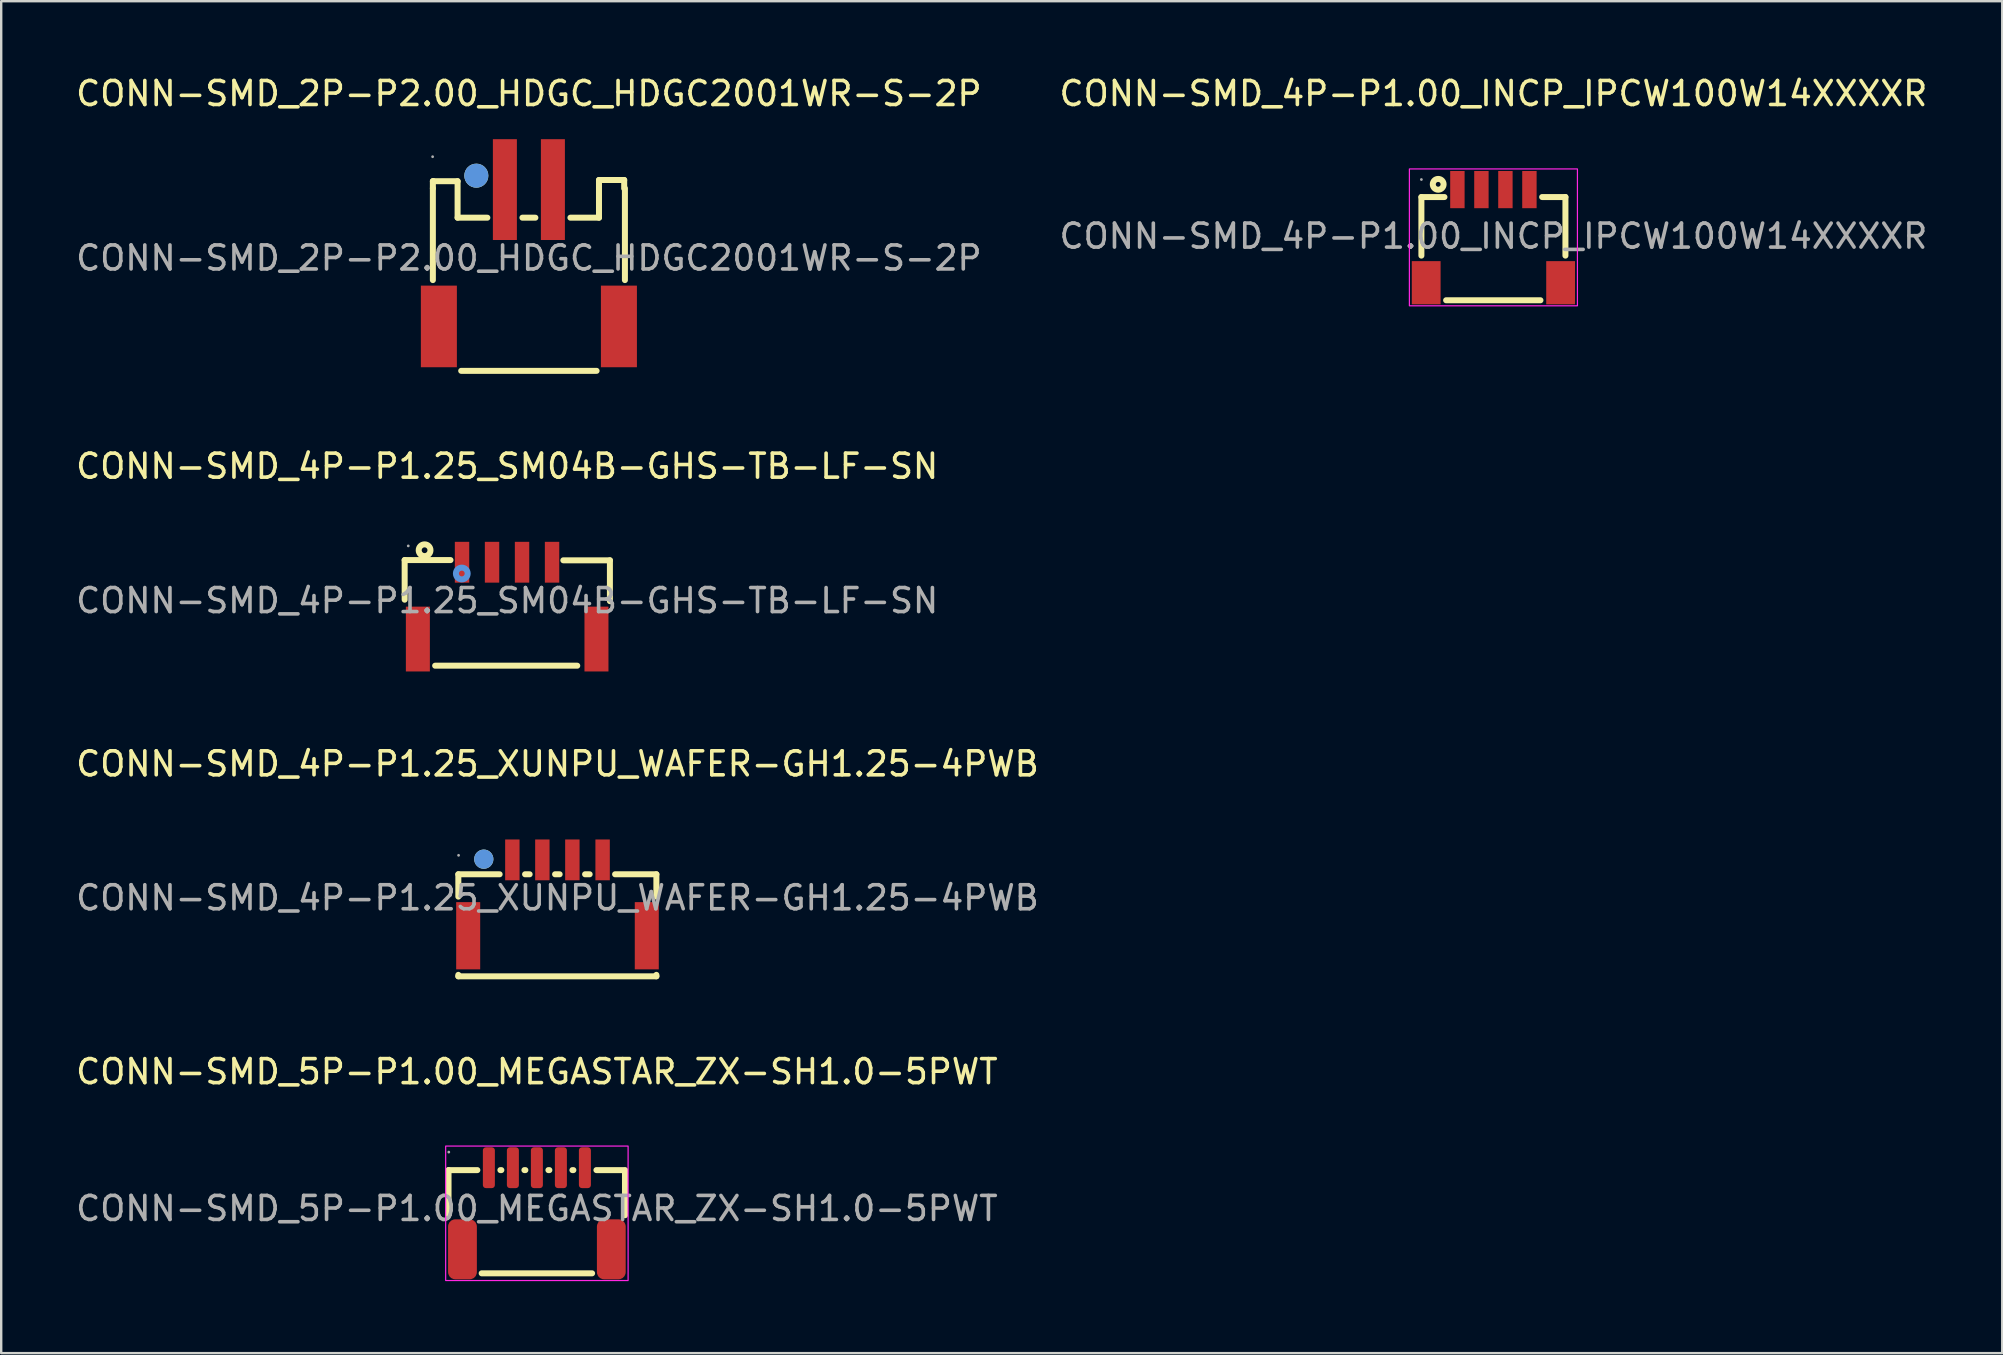
<source format=kicad_pcb>
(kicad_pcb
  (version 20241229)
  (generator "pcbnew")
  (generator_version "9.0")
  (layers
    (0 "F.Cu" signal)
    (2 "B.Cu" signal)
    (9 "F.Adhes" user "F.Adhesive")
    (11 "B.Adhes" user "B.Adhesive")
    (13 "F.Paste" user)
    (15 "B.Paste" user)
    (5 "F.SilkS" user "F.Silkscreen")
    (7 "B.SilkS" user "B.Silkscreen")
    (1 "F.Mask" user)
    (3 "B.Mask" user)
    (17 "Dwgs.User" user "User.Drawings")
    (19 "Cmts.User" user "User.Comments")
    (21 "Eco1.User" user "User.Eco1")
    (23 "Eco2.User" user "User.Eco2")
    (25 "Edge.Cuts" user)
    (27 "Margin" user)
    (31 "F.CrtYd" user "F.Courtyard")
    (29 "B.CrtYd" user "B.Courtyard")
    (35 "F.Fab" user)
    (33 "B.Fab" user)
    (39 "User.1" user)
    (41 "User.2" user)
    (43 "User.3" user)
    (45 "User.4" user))
  (footprint "CONN-SMD_5P-P1.00_MEGASTAR_ZX-SH1.0-5PWT"
    (layer "F.Cu")
    (at 19.315 47.293)
    (property "Reference" "CONN-SMD_5P-P1.00_MEGASTAR_ZX-SH1.0-5PWT" (at 0 -5.7 0) (layer "F.SilkS") (effects (font (size 1 1) (thickness 0.15))))
    (attr smd)
    (fp_line (start -3.68 -1.6) (end -3.68 0.26) (stroke (width 0.25) (type solid)) (layer "F.SilkS"))
    (fp_line (start -2.48 -1.6) (end -3.68 -1.6) (stroke (width 0.25) (type solid)) (layer "F.SilkS"))
    (fp_line (start -2.3 2.7) (end 2.3 2.7) (stroke (width 0.25) (type solid)) (layer "F.SilkS"))
    (fp_line (start -1.52 -1.6) (end -1.48 -1.6) (stroke (width 0.25) (type solid)) (layer "F.SilkS"))
    (fp_line (start -0.52 -1.6) (end -0.48 -1.6) (stroke (width 0.25) (type solid)) (layer "F.SilkS"))
    (fp_line (start 0.48 -1.6) (end 0.52 -1.6) (stroke (width 0.25) (type solid)) (layer "F.SilkS"))
    (fp_line (start 1.48 -1.6) (end 1.52 -1.6) (stroke (width 0.25) (type solid)) (layer "F.SilkS"))
    (fp_line (start 2.48 -1.6) (end 3.67 -1.6) (stroke (width 0.25) (type solid)) (layer "F.SilkS"))
    (fp_line (start 3.67 -1.58) (end 3.67 0.28) (stroke (width 0.25) (type solid)) (layer "F.SilkS"))
    (fp_rect (start -3.8 -2.6) (end 3.8 3) (stroke (width 0.05) (type default)) (fill no) (layer "F.CrtYd"))
    (fp_circle (center -3.67 -2.35) (end -3.64 -2.35) (stroke (width 0.06) (type solid)) (fill no) (layer "F.Fab"))
    (fp_text user "${REFERENCE}" (at 0 0 0) (layer "F.Fab") (effects (font (size 1 1) (thickness 0.15))))
    (pad "1" smd roundrect (at -2 -1.7) (size 0.5 1.7) (layers "F.Cu" "F.Mask" "F.Paste") (roundrect_rratio 0.25))
    (pad "2" smd roundrect (at -1 -1.7) (size 0.5 1.7) (layers "F.Cu" "F.Mask" "F.Paste") (roundrect_rratio 0.25))
    (pad "3" smd roundrect (at 0 -1.7) (size 0.5 1.7) (layers "F.Cu" "F.Mask" "F.Paste") (roundrect_rratio 0.25))
    (pad "4" smd roundrect (at 1 -1.7) (size 0.5 1.7) (layers "F.Cu" "F.Mask" "F.Paste") (roundrect_rratio 0.25))
    (pad "5" smd roundrect (at 2 -1.7) (size 0.5 1.7) (layers "F.Cu" "F.Mask" "F.Paste") (roundrect_rratio 0.25))
    (pad "6" smd roundrect (at 3.1 1.7) (size 1.2 2.5) (layers "F.Cu" "F.Mask" "F.Paste") (roundrect_rratio 0.25))
    (pad "7" smd roundrect (at -3.1 1.7) (size 1.2 2.5) (layers "F.Cu" "F.Mask" "F.Paste") (roundrect_rratio 0.25)))
  (footprint "CONN-SMD_4P-P1.25_SM04B-GHS-TB-LF-SN"
    (layer "F.Cu")
    (at 18.077 21.971)
    (property "Reference" "CONN-SMD_4P-P1.25_SM04B-GHS-TB-LF-SN" (at 0 -5.6 0) (layer "F.SilkS") (effects (font (size 1 1) (thickness 0.15))))
    (attr smd)
    (fp_line (start -4.27 -1.69) (end -4.27 -0.04) (stroke (width 0.25) (type solid)) (layer "F.SilkS"))
    (fp_line (start -3 2.71) (end 2.92 2.71) (stroke (width 0.25) (type solid)) (layer "F.SilkS"))
    (fp_line (start -2.36 -1.69) (end -4.27 -1.69) (stroke (width 0.25) (type solid)) (layer "F.SilkS"))
    (fp_line (start 2.34 -1.68) (end 4.28 -1.68) (stroke (width 0.25) (type solid)) (layer "F.SilkS"))
    (fp_line (start 4.28 -1.68) (end 4.28 0.02) (stroke (width 0.25) (type solid)) (layer "F.SilkS"))
    (fp_circle (center -3.44 -2.1) (end -3.32 -2.1) (stroke (width 0.25) (type solid)) (fill no) (layer "F.SilkS"))
    (fp_circle (center -1.89 -1.13) (end -1.77 -1.13) (stroke (width 0.25) (type solid)) (fill no) (layer "Cmts.User"))
    (fp_circle (center -4.12 -2.28) (end -4.09 -2.28) (stroke (width 0.06) (type solid)) (fill no) (layer "F.Fab"))
    (fp_text user "${REFERENCE}" (at 0 0 0) (layer "F.Fab") (effects (font (size 1 1) (thickness 0.15))))
    (pad "1" smd rect (at -1.88 -1.6) (size 0.6 1.7) (layers "F.Cu" "F.Mask" "F.Paste"))
    (pad "2" smd rect (at -0.63 -1.6) (size 0.6 1.7) (layers "F.Cu" "F.Mask" "F.Paste"))
    (pad "3" smd rect (at 0.62 -1.6) (size 0.6 1.7) (layers "F.Cu" "F.Mask" "F.Paste"))
    (pad "4" smd rect (at 1.87 -1.6) (size 0.6 1.7) (layers "F.Cu" "F.Mask" "F.Paste"))
    (pad "5" smd rect (at 3.72 1.6) (size 1 2.7) (layers "F.Cu" "F.Mask" "F.Paste"))
    (pad "6" smd rect (at -3.72 1.6) (size 1 2.7) (layers "F.Cu" "F.Mask" "F.Paste")))
  (footprint "CONN-SMD_4P-P1.00_INCP_IPCW100W14XXXXR"
    (layer "F.Cu")
    (at 59.161 6.788)
    (property "Reference" "CONN-SMD_4P-P1.00_INCP_IPCW100W14XXXXR" (at 0 -5.94 0) (layer "F.SilkS") (effects (font (size 1 1) (thickness 0.15))))
    (attr smd)
    (fp_line (start -3 -1.63) (end -3 0.81) (stroke (width 0.25) (type solid)) (layer "F.SilkS"))
    (fp_line (start -3 -1.63) (end -2.04 -1.63) (stroke (width 0.25) (type solid)) (layer "F.SilkS"))
    (fp_line (start 1.96 2.67) (end -1.97 2.67) (stroke (width 0.25) (type solid)) (layer "F.SilkS"))
    (fp_line (start 2.03 -1.63) (end 3 -1.63) (stroke (width 0.25) (type solid)) (layer "F.SilkS"))
    (fp_line (start 3 -1.63) (end 3 0.81) (stroke (width 0.25) (type solid)) (layer "F.SilkS"))
    (fp_circle (center -2.3 -2.16) (end -2.2 -2.16) (stroke (width 0.25) (type solid)) (fill no) (layer "F.SilkS"))
    (fp_rect (start -3.5 -2.8) (end 3.5 2.9) (stroke (width 0.05) (type default)) (fill no) (layer "F.CrtYd"))
    (fp_circle (center -3 -2.36) (end -2.97 -2.36) (stroke (width 0.06) (type solid)) (fill no) (layer "F.Fab"))
    (fp_text user "${REFERENCE}" (at 0 0 0) (layer "F.Fab") (effects (font (size 1 1) (thickness 0.15))))
    (pad "1" smd rect (at -1.5 -1.94 270) (size 1.55 0.6) (layers "F.Cu" "F.Mask" "F.Paste"))
    (pad "2" smd rect (at -0.5 -1.94 270) (size 1.55 0.6) (layers "F.Cu" "F.Mask" "F.Paste"))
    (pad "3" smd rect (at 0.5 -1.94 270) (size 1.55 0.6) (layers "F.Cu" "F.Mask" "F.Paste"))
    (pad "4" smd rect (at 1.5 -1.94 270) (size 1.55 0.6) (layers "F.Cu" "F.Mask" "F.Paste"))
    (pad "5" smd rect (at 2.8 1.94 270) (size 1.8 1.2) (layers "F.Cu" "F.Mask" "F.Paste"))
    (pad "6" smd rect (at -2.8 1.94 270) (size 1.8 1.2) (layers "F.Cu" "F.Mask" "F.Paste")))
  (footprint "CONN-SMD_2P-P2.00_HDGC_HDGC2001WR-S-2P"
    (layer "F.Cu")
    (at 18.982 7.698)
    (property "Reference" "CONN-SMD_2P-P2.00_HDGC_HDGC2001WR-S-2P" (at 0 -6.85 0) (layer "F.SilkS") (effects (font (size 1 1) (thickness 0.15))))
    (attr smd)
    (fp_line (start -4 -3.2) (end -3.98 -3.2) (stroke (width 0.25) (type solid)) (layer "F.SilkS"))
    (fp_line (start -4 -2.9) (end -4 -3.2) (stroke (width 0.25) (type solid)) (layer "F.SilkS"))
    (fp_line (start -4 -2.9) (end -4 0.92) (stroke (width 0.25) (type solid)) (layer "F.SilkS"))
    (fp_line (start -3.98 -3.2) (end -2.97 -3.2) (stroke (width 0.25) (type solid)) (layer "F.SilkS"))
    (fp_line (start -2.97 -3.2) (end -2.97 -1.68) (stroke (width 0.25) (type solid)) (layer "F.SilkS"))
    (fp_line (start -2.97 -1.68) (end -1.73 -1.68) (stroke (width 0.25) (type solid)) (layer "F.SilkS"))
    (fp_line (start -2.82 4.7) (end 2.82 4.7) (stroke (width 0.25) (type solid)) (layer "F.SilkS"))
    (fp_line (start -0.27 -1.68) (end 0.27 -1.68) (stroke (width 0.25) (type solid)) (layer "F.SilkS"))
    (fp_line (start 1.73 -1.68) (end 2.92 -1.68) (stroke (width 0.25) (type solid)) (layer "F.SilkS"))
    (fp_line (start 2.92 -3.25) (end 3.97 -3.25) (stroke (width 0.25) (type solid)) (layer "F.SilkS"))
    (fp_line (start 2.92 -1.68) (end 2.92 -3.25) (stroke (width 0.25) (type solid)) (layer "F.SilkS"))
    (fp_line (start 3.97 -3.25) (end 3.97 -2.9) (stroke (width 0.25) (type solid)) (layer "F.SilkS"))
    (fp_line (start 4 0.92) (end 4 -2.9) (stroke (width 0.25) (type solid)) (layer "F.SilkS"))
    (fp_circle (center -2.19 -3.43) (end -1.94 -3.43) (stroke (width 0.5) (type solid)) (fill no) (layer "F.SilkS"))
    (fp_circle (center -2.19 -3.43) (end -1.94 -3.43) (stroke (width 0.5) (type solid)) (fill no) (layer "Cmts.User"))
    (fp_circle (center -4.01 -4.22) (end -3.98 -4.22) (stroke (width 0.06) (type solid)) (fill no) (layer "F.Fab"))
    (fp_text user "${REFERENCE}" (at 0 0 0) (layer "F.Fab") (effects (font (size 1 1) (thickness 0.15))))
    (pad "1" smd rect (at -1 -2.85) (size 1 4.2) (layers "F.Cu" "F.Mask" "F.Paste"))
    (pad "2" smd rect (at 1 -2.85) (size 1 4.2) (layers "F.Cu" "F.Mask" "F.Paste"))
    (pad "3" smd rect (at 3.75 2.85) (size 1.5 3.4) (layers "F.Cu" "F.Mask" "F.Paste"))
    (pad "4" smd rect (at -3.75 2.85) (size 1.5 3.4) (layers "F.Cu" "F.Mask" "F.Paste")))
  (footprint "CONN-SMD_4P-P1.25_XUNPU_WAFER-GH1.25-4PWB"
    (layer "F.Cu")
    (at 20.173 34.35)
    (property "Reference" "CONN-SMD_4P-P1.25_XUNPU_WAFER-GH1.25-4PWB" (at 0 -5.58 0) (layer "F.SilkS") (effects (font (size 1 1) (thickness 0.15))))
    (attr smd)
    (fp_line (start -4.13 -0.98) (end -2.41 -0.98) (stroke (width 0.25) (type solid)) (layer "F.SilkS"))
    (fp_line (start -4.13 -0.05) (end -4.13 -0.98) (stroke (width 0.25) (type solid)) (layer "F.SilkS"))
    (fp_line (start -4.13 3.27) (end -4.13 3.21) (stroke (width 0.25) (type solid)) (layer "F.SilkS"))
    (fp_line (start -4.13 3.27) (end 4.12 3.27) (stroke (width 0.25) (type solid)) (layer "F.SilkS"))
    (fp_line (start -1.35 -0.98) (end -1.16 -0.98) (stroke (width 0.25) (type solid)) (layer "F.SilkS"))
    (fp_line (start -0.1 -0.98) (end 0.09 -0.98) (stroke (width 0.25) (type solid)) (layer "F.SilkS"))
    (fp_line (start 1.15 -0.98) (end 1.34 -0.98) (stroke (width 0.25) (type solid)) (layer "F.SilkS"))
    (fp_line (start 4.12 -0.98) (end 2.4 -0.98) (stroke (width 0.25) (type solid)) (layer "F.SilkS"))
    (fp_line (start 4.12 -0.05) (end 4.12 -0.98) (stroke (width 0.25) (type solid)) (layer "F.SilkS"))
    (fp_line (start 4.12 3.27) (end 4.12 3.21) (stroke (width 0.25) (type solid)) (layer "F.SilkS"))
    (fp_circle (center -3.07 -1.61) (end -2.87 -1.61) (stroke (width 0.4) (type solid)) (fill no) (layer "F.SilkS"))
    (fp_circle (center -3.07 -1.61) (end -2.87 -1.61) (stroke (width 0.4) (type solid)) (fill no) (layer "Cmts.User"))
    (fp_circle (center -4.12 -1.77) (end -4.09 -1.77) (stroke (width 0.06) (type solid)) (fill no) (layer "F.Fab"))
    (fp_text user "${REFERENCE}" (at 0 0 0) (layer "F.Fab") (effects (font (size 1 1) (thickness 0.15))))
    (pad "1" smd rect (at -1.88 -1.58) (size 0.6 1.7) (layers "F.Cu" "F.Mask" "F.Paste"))
    (pad "2" smd rect (at -0.63 -1.58) (size 0.6 1.7) (layers "F.Cu" "F.Mask" "F.Paste"))
    (pad "3" smd rect (at 0.62 -1.58) (size 0.6 1.7) (layers "F.Cu" "F.Mask" "F.Paste"))
    (pad "4" smd rect (at 1.88 -1.58) (size 0.6 1.7) (layers "F.Cu" "F.Mask" "F.Paste"))
    (pad "5" smd rect (at 3.72 1.58) (size 1 2.8) (layers "F.Cu" "F.Mask" "F.Paste"))
    (pad "6" smd rect (at -3.72 1.58) (size 1 2.8) (layers "F.Cu" "F.Mask" "F.Paste")))
  (gr_rect
    (start -3 -3)
    (end 80.357 53.318)
    (stroke (width 0.1) (type default))
    (fill no)
    (layer "Edge.Cuts")))
</source>
